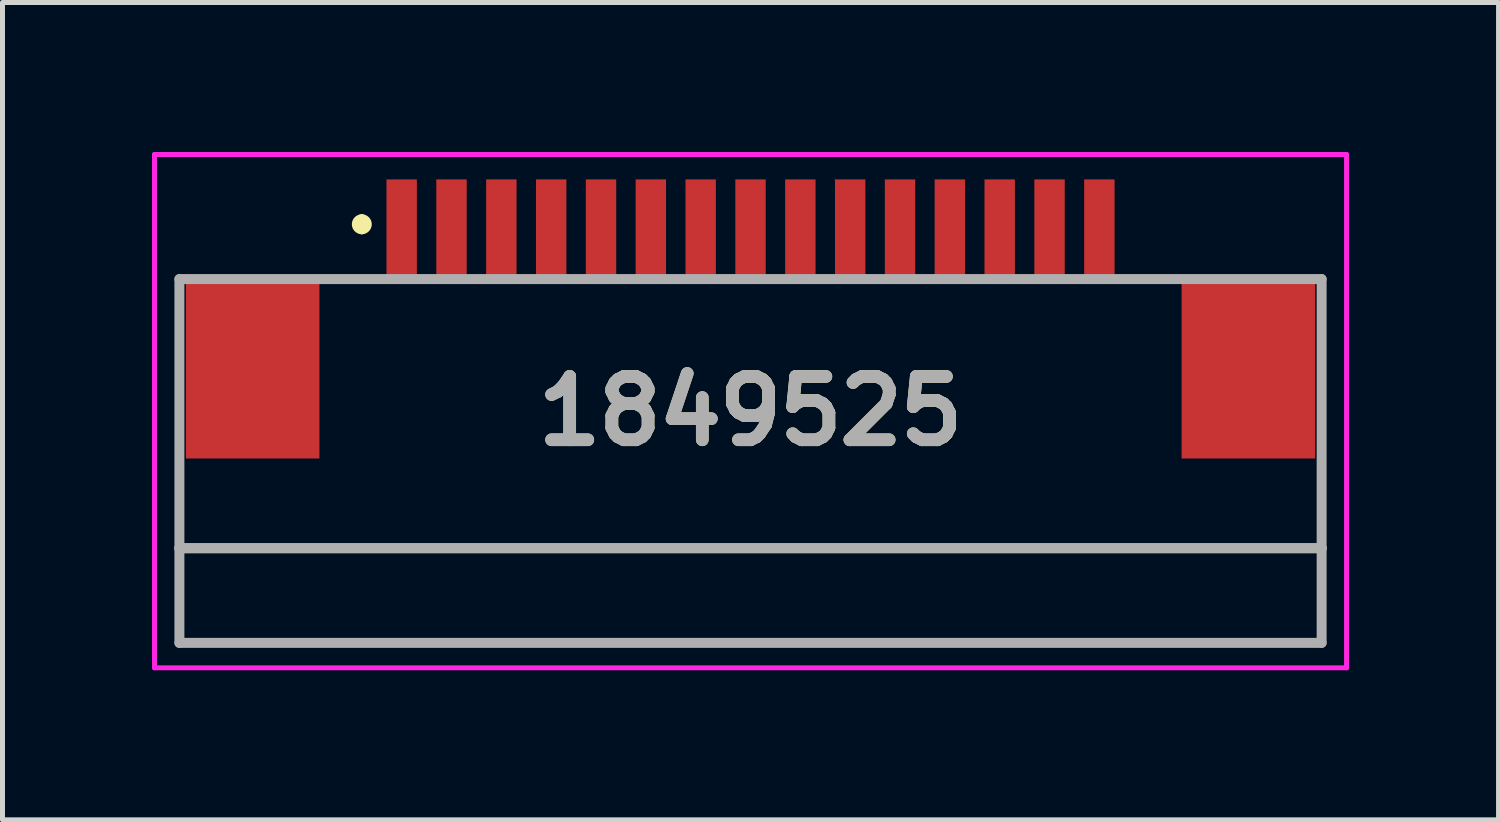
<source format=kicad_pcb>
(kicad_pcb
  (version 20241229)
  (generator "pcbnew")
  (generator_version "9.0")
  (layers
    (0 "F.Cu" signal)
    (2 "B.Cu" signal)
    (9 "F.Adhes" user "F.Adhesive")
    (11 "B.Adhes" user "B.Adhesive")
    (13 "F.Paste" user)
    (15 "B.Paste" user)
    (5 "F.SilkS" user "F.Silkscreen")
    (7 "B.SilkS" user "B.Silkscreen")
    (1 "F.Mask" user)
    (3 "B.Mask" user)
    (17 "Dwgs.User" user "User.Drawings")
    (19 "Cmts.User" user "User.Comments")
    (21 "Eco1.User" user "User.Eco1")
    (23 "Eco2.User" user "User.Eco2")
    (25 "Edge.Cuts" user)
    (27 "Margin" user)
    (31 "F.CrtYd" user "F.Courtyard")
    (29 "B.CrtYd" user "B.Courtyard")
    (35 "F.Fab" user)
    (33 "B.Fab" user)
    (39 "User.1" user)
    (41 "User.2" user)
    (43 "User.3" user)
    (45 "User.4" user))
  (footprint "1849525"
    (layer "F.Cu")
    (at 12.01 5.2)
    (property "Reference" "1849525" (at 0 0 0) (layer "F.SilkS") (effects (font (size 1.27 1.27) (thickness 0.254))))
    (attr smd)
    (fp_line (start -11.46 1.85) (end -11.46 2.75) (stroke (width 0.1) (type solid)) (layer "F.SilkS"))
    (fp_line (start -11.46 2.75) (end 11.46 2.75) (stroke (width 0.1) (type solid)) (layer "F.SilkS"))
    (fp_line (start -8.2 -2.65) (end -7.8 -2.65) (stroke (width 0.1) (type solid)) (layer "F.SilkS"))
    (fp_line (start -7.8 -3.85) (end -7.8 -3.85) (stroke (width 0.2) (type solid)) (layer "F.SilkS"))
    (fp_line (start -7.8 -3.65) (end -7.8 -3.65) (stroke (width 0.2) (type solid)) (layer "F.SilkS"))
    (fp_line (start 7.8 -2.65) (end 8.2 -2.65) (stroke (width 0.1) (type solid)) (layer "F.SilkS"))
    (fp_line (start 11.46 2.75) (end 11.46 1.85) (stroke (width 0.1) (type solid)) (layer "F.SilkS"))
    (fp_arc (start -7.8 -3.85) (mid -7.7 -3.75) (end -7.8 -3.65) (stroke (width 0.2) (type solid)) (layer "F.SilkS"))
    (fp_arc (start -7.8 -3.65) (mid -7.9 -3.75) (end -7.8 -3.85) (stroke (width 0.2) (type solid)) (layer "F.SilkS"))
    (fp_line (start -11.96 -5.15) (end 11.96 -5.15) (stroke (width 0.1) (type solid)) (layer "F.CrtYd"))
    (fp_line (start -11.96 5.15) (end -11.96 -5.15) (stroke (width 0.1) (type solid)) (layer "F.CrtYd"))
    (fp_line (start 11.96 -5.15) (end 11.96 5.15) (stroke (width 0.1) (type solid)) (layer "F.CrtYd"))
    (fp_line (start 11.96 5.15) (end -11.96 5.15) (stroke (width 0.1) (type solid)) (layer "F.CrtYd"))
    (fp_line (start -11.46 -2.65) (end 11.46 -2.65) (stroke (width 0.2) (type solid)) (layer "F.Fab"))
    (fp_line (start -11.46 2.75) (end -11.46 -2.65) (stroke (width 0.2) (type solid)) (layer "F.Fab"))
    (fp_line (start -11.46 2.75) (end 11.46 2.75) (stroke (width 0.2) (type solid)) (layer "F.Fab"))
    (fp_line (start -11.46 4.65) (end -11.46 2.75) (stroke (width 0.2) (type solid)) (layer "F.Fab"))
    (fp_line (start 11.46 -2.65) (end 11.46 2.75) (stroke (width 0.2) (type solid)) (layer "F.Fab"))
    (fp_line (start 11.46 2.75) (end -11.46 2.75) (stroke (width 0.2) (type solid)) (layer "F.Fab"))
    (fp_line (start 11.46 2.75) (end 11.46 4.65) (stroke (width 0.2) (type solid)) (layer "F.Fab"))
    (fp_line (start 11.46 4.65) (end -11.46 4.65) (stroke (width 0.2) (type solid)) (layer "F.Fab"))
    (fp_text user "${REFERENCE}" (at 0 0 0) (layer "F.Fab") (effects (font (size 1.27 1.27) (thickness 0.254))))
    (pad "1" smd rect (at -7 -3.65) (size 0.61 2) (layers "F.Cu" "F.Mask" "F.Paste"))
    (pad "2" smd rect (at -6 -3.65) (size 0.61 2) (layers "F.Cu" "F.Mask" "F.Paste"))
    (pad "3" smd rect (at -5 -3.65) (size 0.61 2) (layers "F.Cu" "F.Mask" "F.Paste"))
    (pad "4" smd rect (at -4 -3.65) (size 0.61 2) (layers "F.Cu" "F.Mask" "F.Paste"))
    (pad "5" smd rect (at -3 -3.65) (size 0.61 2) (layers "F.Cu" "F.Mask" "F.Paste"))
    (pad "6" smd rect (at -2 -3.65) (size 0.61 2) (layers "F.Cu" "F.Mask" "F.Paste"))
    (pad "7" smd rect (at -1 -3.65) (size 0.61 2) (layers "F.Cu" "F.Mask" "F.Paste"))
    (pad "8" smd rect (at 0 -3.65) (size 0.61 2) (layers "F.Cu" "F.Mask" "F.Paste"))
    (pad "9" smd rect (at 1 -3.65) (size 0.61 2) (layers "F.Cu" "F.Mask" "F.Paste"))
    (pad "10" smd rect (at 2 -3.65) (size 0.61 2) (layers "F.Cu" "F.Mask" "F.Paste"))
    (pad "11" smd rect (at 3 -3.65) (size 0.61 2) (layers "F.Cu" "F.Mask" "F.Paste"))
    (pad "12" smd rect (at 4 -3.65) (size 0.61 2) (layers "F.Cu" "F.Mask" "F.Paste"))
    (pad "13" smd rect (at 5 -3.65) (size 0.61 2) (layers "F.Cu" "F.Mask" "F.Paste"))
    (pad "14" smd rect (at 6 -3.65) (size 0.61 2) (layers "F.Cu" "F.Mask" "F.Paste"))
    (pad "15" smd rect (at 7 -3.65) (size 0.61 2) (layers "F.Cu" "F.Mask" "F.Paste"))
    (pad "MP1" smd rect (at -9.99 -0.85) (size 2.68 3.6) (layers "F.Cu" "F.Mask" "F.Paste"))
    (pad "MP2" smd rect (at 9.99 -0.85) (size 2.68 3.6) (layers "F.Cu" "F.Mask" "F.Paste")))
  (gr_rect
    (start -3 -3)
    (end 27.02 13.4)
    (stroke (width 0.1) (type default))
    (fill no)
    (layer "Edge.Cuts")))
</source>
